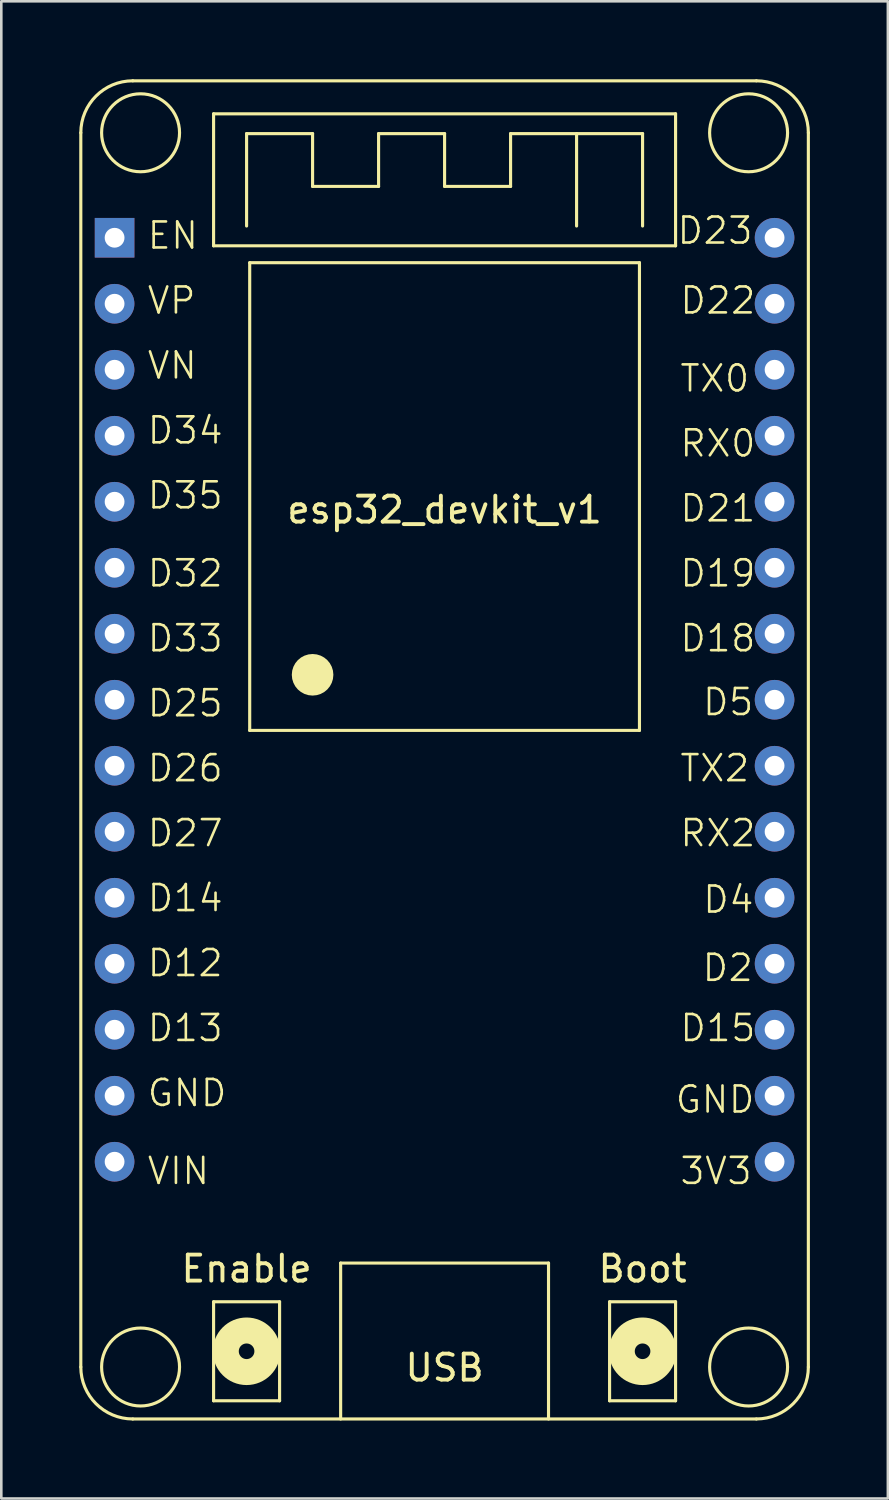
<source format=kicad_pcb>
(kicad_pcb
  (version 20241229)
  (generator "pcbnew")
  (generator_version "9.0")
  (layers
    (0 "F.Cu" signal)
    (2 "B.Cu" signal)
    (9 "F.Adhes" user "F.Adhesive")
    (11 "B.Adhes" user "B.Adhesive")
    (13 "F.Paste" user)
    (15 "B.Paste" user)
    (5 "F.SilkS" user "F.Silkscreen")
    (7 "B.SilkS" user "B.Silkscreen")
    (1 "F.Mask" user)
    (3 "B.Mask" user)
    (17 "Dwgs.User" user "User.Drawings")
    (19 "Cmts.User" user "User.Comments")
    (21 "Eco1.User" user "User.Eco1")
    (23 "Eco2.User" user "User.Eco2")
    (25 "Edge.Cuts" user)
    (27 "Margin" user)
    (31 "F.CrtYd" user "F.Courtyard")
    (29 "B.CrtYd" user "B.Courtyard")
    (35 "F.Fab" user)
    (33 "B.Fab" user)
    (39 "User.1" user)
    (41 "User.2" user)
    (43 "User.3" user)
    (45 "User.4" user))
  (footprint "esp32_devkit_v1"
    (layer "F.Cu")
    (at 14.06 6.1)
    (property "Reference" "esp32_devkit_v1" (at 0 10.47 0) (layer "F.SilkS") (effects (font (size 1 1) (thickness 0.15))))
    (attr smd)
    (fp_line (start -14 -4.04) (end -14 43.46) (stroke (width 0.12) (type solid)) (layer "F.SilkS"))
    (fp_line (start -12 -6.04) (end 12 -6.04) (stroke (width 0.12) (type solid)) (layer "F.SilkS"))
    (fp_line (start -12 45.46) (end 12 45.46) (stroke (width 0.12) (type solid)) (layer "F.SilkS"))
    (fp_line (start -8.89 -4.77) (end 8.89 -4.77) (stroke (width 0.12) (type solid)) (layer "F.SilkS"))
    (fp_line (start -8.89 0.31) (end -8.89 -4.77) (stroke (width 0.12) (type solid)) (layer "F.SilkS"))
    (fp_line (start -8.89 40.95) (end -6.35 40.95) (stroke (width 0.12) (type solid)) (layer "F.SilkS"))
    (fp_line (start -8.89 44.76) (end -8.89 40.95) (stroke (width 0.12) (type solid)) (layer "F.SilkS"))
    (fp_line (start -7.62 -4.008) (end -5.08 -4.008) (stroke (width 0.12) (type solid)) (layer "F.SilkS"))
    (fp_line (start -7.62 -0.452) (end -7.62 -4.008) (stroke (width 0.12) (type solid)) (layer "F.SilkS"))
    (fp_line (start -7.5 0.96) (end 7.5 0.96) (stroke (width 0.12) (type solid)) (layer "F.SilkS"))
    (fp_line (start -7.5 18.96) (end -7.5 0.96) (stroke (width 0.12) (type solid)) (layer "F.SilkS"))
    (fp_line (start -6.35 40.95) (end -6.35 44.76) (stroke (width 0.12) (type solid)) (layer "F.SilkS"))
    (fp_line (start -6.35 44.76) (end -8.89 44.76) (stroke (width 0.12) (type solid)) (layer "F.SilkS"))
    (fp_line (start -5.08 -4.008) (end -5.08 -1.976) (stroke (width 0.12) (type solid)) (layer "F.SilkS"))
    (fp_line (start -5.08 -1.976) (end -2.54 -1.976) (stroke (width 0.12) (type solid)) (layer "F.SilkS"))
    (fp_line (start -4 39.46) (end -4 45.46) (stroke (width 0.12) (type solid)) (layer "F.SilkS"))
    (fp_line (start -4 39.46) (end 4 39.46) (stroke (width 0.12) (type solid)) (layer "F.SilkS"))
    (fp_line (start -2.54 -4.008) (end 0 -4.008) (stroke (width 0.12) (type solid)) (layer "F.SilkS"))
    (fp_line (start -2.54 -1.976) (end -2.54 -4.008) (stroke (width 0.12) (type solid)) (layer "F.SilkS"))
    (fp_line (start 0 -4.008) (end 0 -1.976) (stroke (width 0.12) (type solid)) (layer "F.SilkS"))
    (fp_line (start 0 -1.976) (end 2.54 -1.976) (stroke (width 0.12) (type solid)) (layer "F.SilkS"))
    (fp_line (start 2.54 -4.008) (end 7.62 -4.008) (stroke (width 0.12) (type solid)) (layer "F.SilkS"))
    (fp_line (start 2.54 -1.976) (end 2.54 -4.008) (stroke (width 0.12) (type solid)) (layer "F.SilkS"))
    (fp_line (start 4 39.46) (end 4 45.46) (stroke (width 0.12) (type solid)) (layer "F.SilkS"))
    (fp_line (start 5.08 -4.008) (end 5.08 -0.452) (stroke (width 0.12) (type solid)) (layer "F.SilkS"))
    (fp_line (start 6.35 40.95) (end 8.89 40.95) (stroke (width 0.12) (type solid)) (layer "F.SilkS"))
    (fp_line (start 6.35 44.76) (end 6.35 40.95) (stroke (width 0.12) (type solid)) (layer "F.SilkS"))
    (fp_line (start 7.5 0.96) (end 7.5 18.96) (stroke (width 0.12) (type solid)) (layer "F.SilkS"))
    (fp_line (start 7.5 18.96) (end -7.5 18.96) (stroke (width 0.12) (type solid)) (layer "F.SilkS"))
    (fp_line (start 7.62 -4.008) (end 7.62 -0.452) (stroke (width 0.12) (type solid)) (layer "F.SilkS"))
    (fp_line (start 8.89 -4.77) (end 8.89 0.31) (stroke (width 0.12) (type solid)) (layer "F.SilkS"))
    (fp_line (start 8.89 0.31) (end -8.89 0.31) (stroke (width 0.12) (type solid)) (layer "F.SilkS"))
    (fp_line (start 8.89 40.95) (end 8.89 44.76) (stroke (width 0.12) (type solid)) (layer "F.SilkS"))
    (fp_line (start 8.89 44.76) (end 6.35 44.76) (stroke (width 0.12) (type solid)) (layer "F.SilkS"))
    (fp_line (start 14 43.46) (end 14 -4.04) (stroke (width 0.12) (type solid)) (layer "F.SilkS"))
    (fp_arc (start -14 -4.04) (mid -13.414214 -5.454214) (end -12 -6.04) (stroke (width 0.12) (type solid)) (layer "F.SilkS"))
    (fp_arc (start -12 45.46) (mid -13.414214 44.874214) (end -14 43.46) (stroke (width 0.12) (type solid)) (layer "F.SilkS"))
    (fp_arc (start 12 -6.04) (mid 13.414214 -5.454214) (end 14 -4.04) (stroke (width 0.12) (type solid)) (layer "F.SilkS"))
    (fp_arc (start 14 43.46) (mid 13.414214 44.874214) (end 12 45.46) (stroke (width 0.12) (type solid)) (layer "F.SilkS"))
    (fp_circle (center -11.7 -4.04) (end -10.2 -4.04) (stroke (width 0.12) (type solid)) (fill no) (layer "F.SilkS"))
    (fp_circle (center -11.7 43.46) (end -10.2 43.46) (stroke (width 0.12) (type solid)) (fill no) (layer "F.SilkS"))
    (fp_circle (center -7.62 42.855) (end -7.32 42.855) (stroke (width 1) (type solid)) (fill no) (layer "F.SilkS"))
    (fp_circle (center -5.08 16.82) (end -4.68 16.82) (stroke (width 0.8) (type solid)) (fill no) (layer "F.SilkS"))
    (fp_circle (center 7.62 42.855) (end 7.92 42.855) (stroke (width 1) (type solid)) (fill no) (layer "F.SilkS"))
    (fp_circle (center 11.7 -4.04) (end 13.2 -4.04) (stroke (width 0.12) (type solid)) (fill no) (layer "F.SilkS"))
    (fp_circle (center 11.7 43.46) (end 13.2 43.46) (stroke (width 0.12) (type solid)) (fill no) (layer "F.SilkS"))
    (fp_text user "D27" (at -11.5 23.5 0) (unlocked yes) (layer "F.SilkS") (effects (font (size 1 1) (thickness 0.1)) (justify left bottom)))
    (fp_text user "D33" (at -11.5 16 0) (unlocked yes) (layer "F.SilkS") (effects (font (size 1 1) (thickness 0.1)) (justify left bottom)))
    (fp_text user "VN" (at -11.5 5.5 0) (unlocked yes) (layer "F.SilkS") (effects (font (size 1 1) (thickness 0.1)) (justify left bottom)))
    (fp_text user "GND" (at 8.82 33.752 0) (unlocked yes) (layer "F.SilkS") (effects (font (size 1 1) (thickness 0.1)) (justify left bottom)))
    (fp_text user "D23" (at 8.89 0.31 0) (unlocked yes) (layer "F.SilkS") (effects (font (size 1 1) (thickness 0.1)) (justify left bottom)))
    (fp_text user "RX2" (at 9 23.5 0) (unlocked yes) (layer "F.SilkS") (effects (font (size 1 1) (thickness 0.1)) (justify left bottom)))
    (fp_text user "VP" (at -11.5 3 0) (unlocked yes) (layer "F.SilkS") (effects (font (size 1 1) (thickness 0.1)) (justify left bottom)))
    (fp_text user "D13" (at -11.5 31 0) (unlocked yes) (layer "F.SilkS") (effects (font (size 1 1) (thickness 0.1)) (justify left bottom)))
    (fp_text user "D22" (at 9 3 0) (unlocked yes) (layer "F.SilkS") (effects (font (size 1 1) (thickness 0.1)) (justify left bottom)))
    (fp_text user "D34" (at -11.5 8 0) (unlocked yes) (layer "F.SilkS") (effects (font (size 1 1) (thickness 0.1)) (justify left bottom)))
    (fp_text user "EN" (at -11.5 0.5 0) (unlocked yes) (layer "F.SilkS") (effects (font (size 1 1) (thickness 0.1)) (justify left bottom)))
    (fp_text user "D4" (at 9.881 26.057 0) (unlocked yes) (layer "F.SilkS") (effects (font (size 1 1) (thickness 0.1)) (justify left bottom)))
    (fp_text user "D21" (at 9 11 0) (unlocked yes) (layer "F.SilkS") (effects (font (size 1 1) (thickness 0.1)) (justify left bottom)))
    (fp_text user "VIN" (at -11.5 36.5 0) (unlocked yes) (layer "F.SilkS") (effects (font (size 1 1) (thickness 0.1)) (justify left bottom)))
    (fp_text user "RX0" (at 9 8.5 0) (unlocked yes) (layer "F.SilkS") (effects (font (size 1 1) (thickness 0.1)) (justify left bottom)))
    (fp_text user "GND" (at -11.5 33.5 0) (unlocked yes) (layer "F.SilkS") (effects (font (size 1 1) (thickness 0.1)) (justify left bottom)))
    (fp_text user "D14" (at -11.5 26 0) (unlocked yes) (layer "F.SilkS") (effects (font (size 1 1) (thickness 0.1)) (justify left bottom)))
    (fp_text user "D2" (at 9.855 28.684 0) (unlocked yes) (layer "F.SilkS") (effects (font (size 1 1) (thickness 0.1)) (justify left bottom)))
    (fp_text user "Enable" (at -7.62 39.68 0) (layer "F.SilkS") (effects (font (size 1 1) (thickness 0.15))))
    (fp_text user "D35" (at -11.5 10.5 0) (unlocked yes) (layer "F.SilkS") (effects (font (size 1 1) (thickness 0.1)) (justify left bottom)))
    (fp_text user "TX0" (at 9 6 0) (unlocked yes) (layer "F.SilkS") (effects (font (size 1 1) (thickness 0.1)) (justify left bottom)))
    (fp_text user "D18" (at 9 16 0) (unlocked yes) (layer "F.SilkS") (effects (font (size 1 1) (thickness 0.1)) (justify left bottom)))
    (fp_text user "USB" (at 0 43.49 0) (layer "F.SilkS") (effects (font (size 1 1) (thickness 0.15))))
    (fp_text user "Boot" (at 7.62 39.68 0) (layer "F.SilkS") (effects (font (size 1 1) (thickness 0.15))))
    (fp_text user "3V3" (at 9 36.5 0) (unlocked yes) (layer "F.SilkS") (effects (font (size 1 1) (thickness 0.1)) (justify left bottom)))
    (fp_text user "TX2" (at 9 21 0) (unlocked yes) (layer "F.SilkS") (effects (font (size 1 1) (thickness 0.1)) (justify left bottom)))
    (fp_text user "D15" (at 9 31 0) (unlocked yes) (layer "F.SilkS") (effects (font (size 1 1) (thickness 0.1)) (justify left bottom)))
    (fp_text user "D19" (at 9 13.5 0) (unlocked yes) (layer "F.SilkS") (effects (font (size 1 1) (thickness 0.1)) (justify left bottom)))
    (fp_text user "D5" (at 9.873 18.454 0) (unlocked yes) (layer "F.SilkS") (effects (font (size 1 1) (thickness 0.1)) (justify left bottom)))
    (fp_text user "D26" (at -11.5 21 0) (unlocked yes) (layer "F.SilkS") (effects (font (size 1 1) (thickness 0.1)) (justify left bottom)))
    (fp_text user "D25" (at -11.5 18.5 0) (unlocked yes) (layer "F.SilkS") (effects (font (size 1 1) (thickness 0.1)) (justify left bottom)))
    (fp_text user "D32" (at -11.5 13.5 0) (unlocked yes) (layer "F.SilkS") (effects (font (size 1 1) (thickness 0.1)) (justify left bottom)))
    (fp_text user "D12" (at -11.5 28.5 0) (unlocked yes) (layer "F.SilkS") (effects (font (size 1 1) (thickness 0.1)) (justify left bottom)))
    (pad "1" thru_hole circle (at 12.7 35.56) (size 1.524 1.524) (drill 0.762) (layers "*.Cu" "*.Mask"))
    (pad "2" thru_hole circle (at 12.7 33.02) (size 1.524 1.524) (drill 0.762) (layers "*.Cu" "*.Mask"))
    (pad "3" thru_hole circle (at 12.7 30.48) (size 1.524 1.524) (drill 0.762) (layers "*.Cu" "*.Mask"))
    (pad "4" thru_hole circle (at 12.7 27.94) (size 1.524 1.524) (drill 0.762) (layers "*.Cu" "*.Mask"))
    (pad "5" thru_hole circle (at 12.7 25.4) (size 1.524 1.524) (drill 0.762) (layers "*.Cu" "*.Mask"))
    (pad "6" thru_hole circle (at 12.7 22.86) (size 1.524 1.524) (drill 0.762) (layers "*.Cu" "*.Mask"))
    (pad "7" thru_hole circle (at 12.7 20.32) (size 1.524 1.524) (drill 0.762) (layers "*.Cu" "*.Mask"))
    (pad "8" thru_hole circle (at 12.7 17.78) (size 1.524 1.524) (drill 0.762) (layers "*.Cu" "*.Mask"))
    (pad "9" thru_hole circle (at 12.7 15.24) (size 1.524 1.524) (drill 0.762) (layers "*.Cu" "*.Mask"))
    (pad "10" thru_hole circle (at 12.7 12.7) (size 1.524 1.524) (drill 0.762) (layers "*.Cu" "*.Mask"))
    (pad "11" thru_hole circle (at 12.7 10.16) (size 1.524 1.524) (drill 0.762) (layers "*.Cu" "*.Mask"))
    (pad "12" thru_hole circle (at 12.7 7.62) (size 1.524 1.524) (drill 0.762) (layers "*.Cu" "*.Mask"))
    (pad "13" thru_hole circle (at 12.7 5.08) (size 1.524 1.524) (drill 0.762) (layers "*.Cu" "*.Mask"))
    (pad "14" thru_hole circle (at 12.7 2.54) (size 1.524 1.524) (drill 0.762) (layers "*.Cu" "*.Mask"))
    (pad "15" thru_hole circle (at 12.7 0) (size 1.524 1.524) (drill 0.762) (layers "*.Cu" "*.Mask"))
    (pad "16" thru_hole rect (at -12.7 0) (size 1.524 1.524) (drill 0.762) (layers "*.Cu" "*.Mask"))
    (pad "17" thru_hole circle (at -12.7 2.54) (size 1.524 1.524) (drill 0.762) (layers "*.Cu" "*.Mask"))
    (pad "18" thru_hole circle (at -12.7 5.08) (size 1.524 1.524) (drill 0.762) (layers "*.Cu" "*.Mask"))
    (pad "19" thru_hole circle (at -12.7 7.62) (size 1.524 1.524) (drill 0.762) (layers "*.Cu" "*.Mask"))
    (pad "20" thru_hole circle (at -12.7 10.16) (size 1.524 1.524) (drill 0.762) (layers "*.Cu" "*.Mask"))
    (pad "21" thru_hole circle (at -12.7 12.7) (size 1.524 1.524) (drill 0.762) (layers "*.Cu" "*.Mask"))
    (pad "22" thru_hole circle (at -12.7 15.24) (size 1.524 1.524) (drill 0.762) (layers "*.Cu" "*.Mask"))
    (pad "23" thru_hole circle (at -12.7 17.78) (size 1.524 1.524) (drill 0.762) (layers "*.Cu" "*.Mask"))
    (pad "24" thru_hole circle (at -12.7 20.32) (size 1.524 1.524) (drill 0.762) (layers "*.Cu" "*.Mask"))
    (pad "25" thru_hole circle (at -12.7 22.86) (size 1.524 1.524) (drill 0.762) (layers "*.Cu" "*.Mask"))
    (pad "26" thru_hole circle (at -12.7 25.4) (size 1.524 1.524) (drill 0.762) (layers "*.Cu" "*.Mask"))
    (pad "27" thru_hole circle (at -12.7 27.94) (size 1.524 1.524) (drill 0.762) (layers "*.Cu" "*.Mask"))
    (pad "28" thru_hole circle (at -12.7 30.48) (size 1.524 1.524) (drill 0.762) (layers "*.Cu" "*.Mask"))
    (pad "29" thru_hole circle (at -12.7 33.02) (size 1.524 1.524) (drill 0.762) (layers "*.Cu" "*.Mask"))
    (pad "30" thru_hole circle (at -12.7 35.56) (size 1.524 1.524) (drill 0.762) (layers "*.Cu" "*.Mask")))
  (gr_rect
    (start -3 -3)
    (end 31.12 54.62)
    (stroke (width 0.1) (type default))
    (fill no)
    (layer "Edge.Cuts")))
</source>
